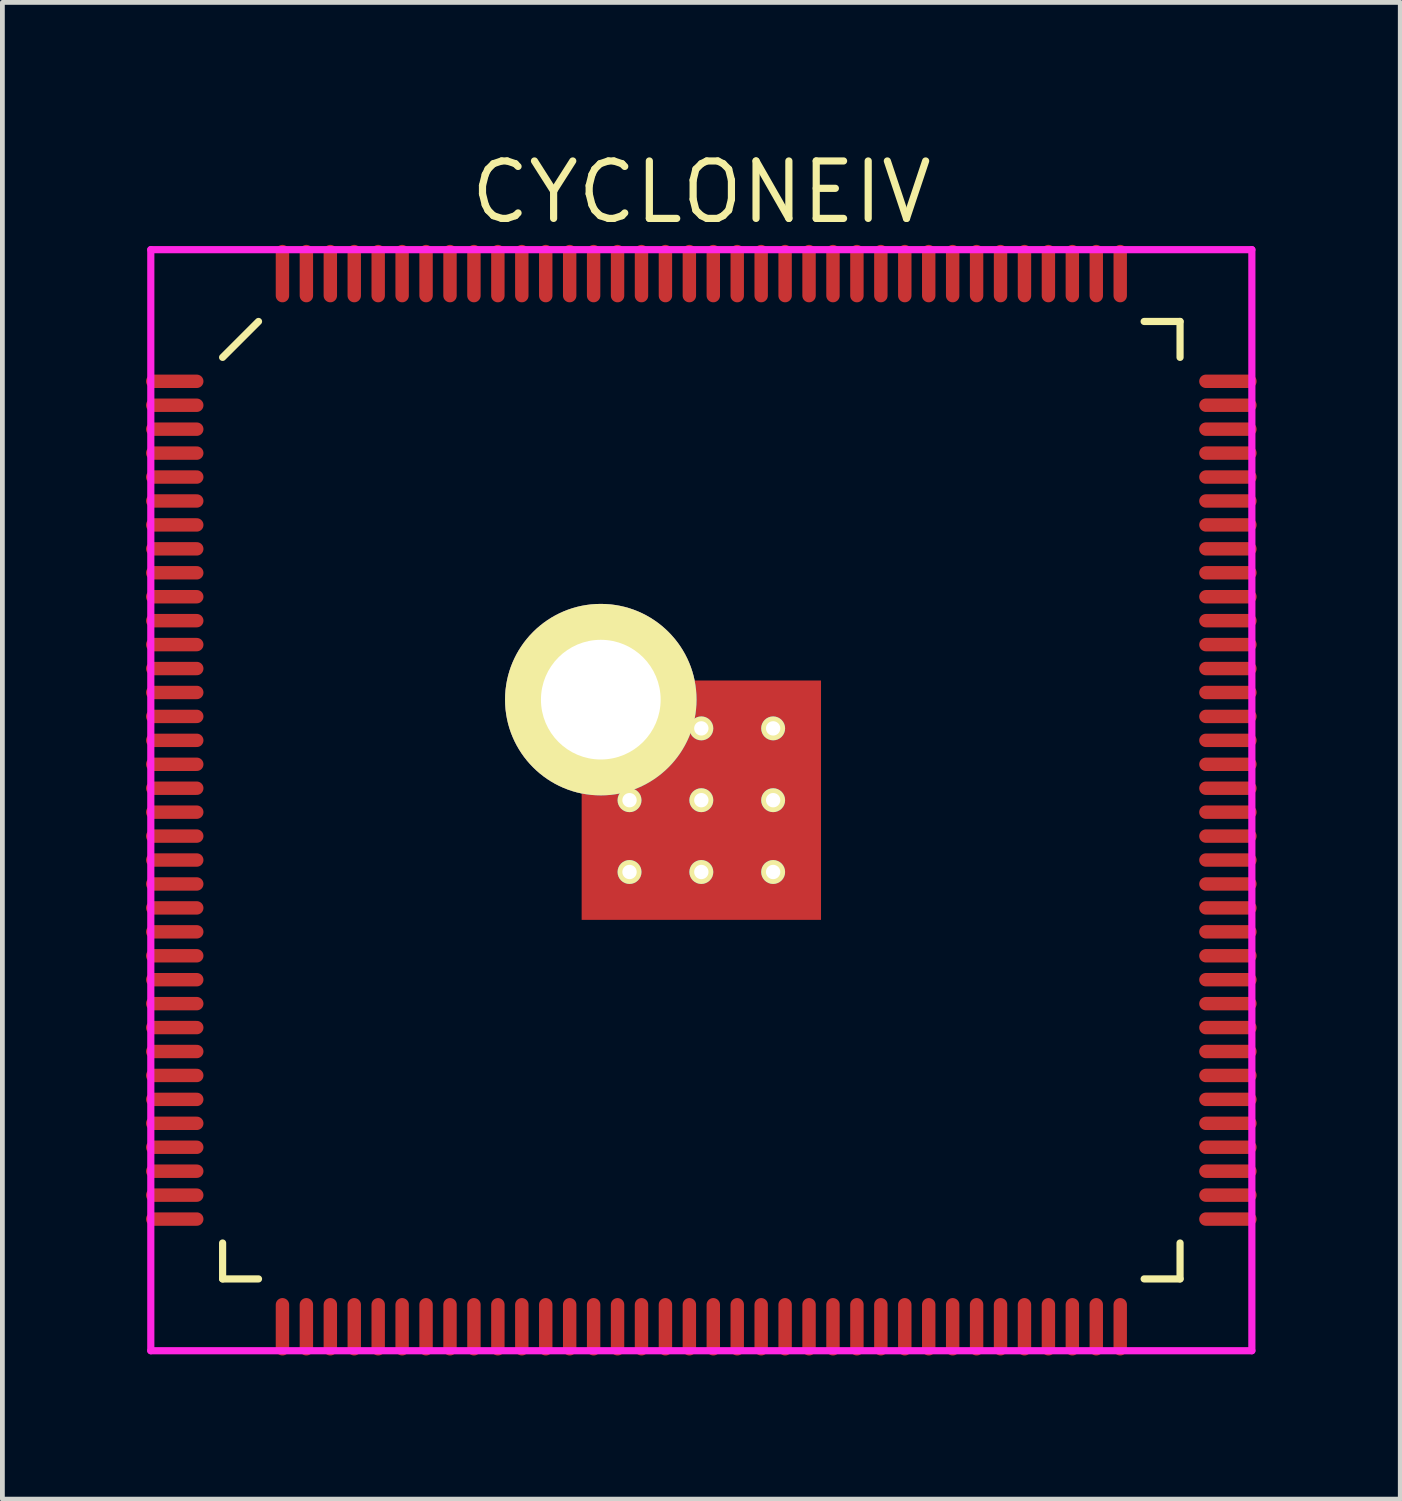
<source format=kicad_pcb>
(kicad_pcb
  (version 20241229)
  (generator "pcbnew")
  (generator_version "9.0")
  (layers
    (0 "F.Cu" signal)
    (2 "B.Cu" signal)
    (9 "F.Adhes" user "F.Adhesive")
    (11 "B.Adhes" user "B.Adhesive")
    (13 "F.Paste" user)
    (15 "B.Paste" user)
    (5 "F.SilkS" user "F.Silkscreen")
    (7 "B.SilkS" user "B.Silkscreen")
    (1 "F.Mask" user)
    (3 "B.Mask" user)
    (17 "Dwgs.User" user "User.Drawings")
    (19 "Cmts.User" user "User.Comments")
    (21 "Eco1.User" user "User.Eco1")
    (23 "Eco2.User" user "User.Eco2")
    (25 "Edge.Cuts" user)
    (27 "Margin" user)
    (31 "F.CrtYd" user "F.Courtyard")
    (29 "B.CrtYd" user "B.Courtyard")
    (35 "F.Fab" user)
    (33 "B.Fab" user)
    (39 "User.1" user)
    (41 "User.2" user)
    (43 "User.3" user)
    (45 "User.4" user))
  (footprint "CYCLONEIV"
    (layer "F.Cu")
    (at 11.6 13.665)
    (property "Reference" "CYCLONEIV" (at 0 -12.7 0) (layer "F.SilkS") (effects (font (size 1.2 1.2) (thickness 0.15))))
    (attr through_hole)
    (fp_line (start -10 -9.25) (end -9.25 -10) (stroke (width 0.15) (type solid)) (layer "F.SilkS"))
    (fp_line (start -10 10) (end -10 9.25) (stroke (width 0.15) (type solid)) (layer "F.SilkS"))
    (fp_line (start -9.25 10) (end -10 10) (stroke (width 0.15) (type solid)) (layer "F.SilkS"))
    (fp_line (start 9.25 -10) (end 10 -10) (stroke (width 0.15) (type solid)) (layer "F.SilkS"))
    (fp_line (start 9.25 10) (end 10 10) (stroke (width 0.15) (type solid)) (layer "F.SilkS"))
    (fp_line (start 10 -10) (end 10 -9.25) (stroke (width 0.15) (type solid)) (layer "F.SilkS"))
    (fp_line (start 10 10) (end 10 9.25) (stroke (width 0.15) (type solid)) (layer "F.SilkS"))
    (fp_line (start -11.5 -11.5) (end 11.5 -11.5) (stroke (width 0.15) (type solid)) (layer "F.CrtYd"))
    (fp_line (start -11.5 11.5) (end -11.5 -11.5) (stroke (width 0.15) (type solid)) (layer "F.CrtYd"))
    (fp_line (start 11.5 -11.5) (end 11.5 11.5) (stroke (width 0.15) (type solid)) (layer "F.CrtYd"))
    (fp_line (start 11.5 11.5) (end -11.5 11.5) (stroke (width 0.15) (type solid)) (layer "F.CrtYd"))
    (pad "1" smd oval (at -11 -8.75 90) (size 0.28 1.2) (layers "F.Cu" "F.Mask" "F.Paste"))
    (pad "2" smd oval (at -11 -8.25 90) (size 0.28 1.2) (layers "F.Cu" "F.Mask" "F.Paste"))
    (pad "3" smd oval (at -11 -7.75 90) (size 0.28 1.2) (layers "F.Cu" "F.Mask" "F.Paste"))
    (pad "4" smd oval (at -11 -7.25 90) (size 0.28 1.2) (layers "F.Cu" "F.Mask" "F.Paste"))
    (pad "5" smd oval (at -11 -6.75 90) (size 0.28 1.2) (layers "F.Cu" "F.Mask" "F.Paste"))
    (pad "6" smd oval (at -11 -6.25 90) (size 0.28 1.2) (layers "F.Cu" "F.Mask" "F.Paste"))
    (pad "7" smd oval (at -11 -5.75 90) (size 0.28 1.2) (layers "F.Cu" "F.Mask" "F.Paste"))
    (pad "8" smd oval (at -11 -5.25 90) (size 0.28 1.2) (layers "F.Cu" "F.Mask" "F.Paste"))
    (pad "9" smd oval (at -11 -4.75 90) (size 0.28 1.2) (layers "F.Cu" "F.Mask" "F.Paste"))
    (pad "10" smd oval (at -11 -4.25 90) (size 0.28 1.2) (layers "F.Cu" "F.Mask" "F.Paste"))
    (pad "11" smd oval (at -11 -3.75 90) (size 0.28 1.2) (layers "F.Cu" "F.Mask" "F.Paste"))
    (pad "12" smd oval (at -11 -3.25 90) (size 0.28 1.2) (layers "F.Cu" "F.Mask" "F.Paste"))
    (pad "13" smd oval (at -11 -2.75 90) (size 0.28 1.2) (layers "F.Cu" "F.Mask" "F.Paste"))
    (pad "14" smd oval (at -11 -2.25 90) (size 0.28 1.2) (layers "F.Cu" "F.Mask" "F.Paste"))
    (pad "15" smd oval (at -11 -1.75 90) (size 0.28 1.2) (layers "F.Cu" "F.Mask" "F.Paste"))
    (pad "16" smd oval (at -11 -1.25 90) (size 0.28 1.2) (layers "F.Cu" "F.Mask" "F.Paste"))
    (pad "17" smd oval (at -11 -0.75 90) (size 0.28 1.2) (layers "F.Cu" "F.Mask" "F.Paste"))
    (pad "18" smd oval (at -11 -0.25 90) (size 0.28 1.2) (layers "F.Cu" "F.Mask" "F.Paste"))
    (pad "19" smd oval (at -11 0.25 90) (size 0.28 1.2) (layers "F.Cu" "F.Mask" "F.Paste"))
    (pad "20" smd oval (at -11 0.75 90) (size 0.28 1.2) (layers "F.Cu" "F.Mask" "F.Paste"))
    (pad "21" smd oval (at -11 1.25 90) (size 0.28 1.2) (layers "F.Cu" "F.Mask" "F.Paste"))
    (pad "22" smd oval (at -11 1.75 90) (size 0.28 1.2) (layers "F.Cu" "F.Mask" "F.Paste"))
    (pad "23" smd oval (at -11 2.25 90) (size 0.28 1.2) (layers "F.Cu" "F.Mask" "F.Paste"))
    (pad "24" smd oval (at -11 2.75 90) (size 0.28 1.2) (layers "F.Cu" "F.Mask" "F.Paste"))
    (pad "25" smd oval (at -11 3.25 90) (size 0.28 1.2) (layers "F.Cu" "F.Mask" "F.Paste"))
    (pad "26" smd oval (at -11 3.75 90) (size 0.28 1.2) (layers "F.Cu" "F.Mask" "F.Paste"))
    (pad "27" smd oval (at -11 4.25 90) (size 0.28 1.2) (layers "F.Cu" "F.Mask" "F.Paste"))
    (pad "28" smd oval (at -11 4.75 90) (size 0.28 1.2) (layers "F.Cu" "F.Mask" "F.Paste"))
    (pad "29" smd oval (at -11 5.25 90) (size 0.28 1.2) (layers "F.Cu" "F.Mask" "F.Paste"))
    (pad "30" smd oval (at -11 5.75 90) (size 0.28 1.2) (layers "F.Cu" "F.Mask" "F.Paste"))
    (pad "31" smd oval (at -11 6.25 90) (size 0.28 1.2) (layers "F.Cu" "F.Mask" "F.Paste"))
    (pad "32" smd oval (at -11 6.75 90) (size 0.28 1.2) (layers "F.Cu" "F.Mask" "F.Paste"))
    (pad "33" smd oval (at -11 7.25 90) (size 0.28 1.2) (layers "F.Cu" "F.Mask" "F.Paste"))
    (pad "34" smd oval (at -11 7.75 90) (size 0.28 1.2) (layers "F.Cu" "F.Mask" "F.Paste"))
    (pad "35" smd oval (at -11 8.25 90) (size 0.28 1.2) (layers "F.Cu" "F.Mask" "F.Paste"))
    (pad "36" smd oval (at -11 8.75 90) (size 0.28 1.2) (layers "F.Cu" "F.Mask" "F.Paste"))
    (pad "37" smd oval (at -8.75 11) (size 0.28 1.2) (layers "F.Cu" "F.Mask" "F.Paste"))
    (pad "38" smd oval (at -8.25 11) (size 0.28 1.2) (layers "F.Cu" "F.Mask" "F.Paste"))
    (pad "39" smd oval (at -7.75 11) (size 0.28 1.2) (layers "F.Cu" "F.Mask" "F.Paste"))
    (pad "40" smd oval (at -7.25 11) (size 0.28 1.2) (layers "F.Cu" "F.Mask" "F.Paste"))
    (pad "41" smd oval (at -6.75 11) (size 0.28 1.2) (layers "F.Cu" "F.Mask" "F.Paste"))
    (pad "42" smd oval (at -6.25 11) (size 0.28 1.2) (layers "F.Cu" "F.Mask" "F.Paste"))
    (pad "43" smd oval (at -5.75 11) (size 0.28 1.2) (layers "F.Cu" "F.Mask" "F.Paste"))
    (pad "44" smd oval (at -5.25 11) (size 0.28 1.2) (layers "F.Cu" "F.Mask" "F.Paste"))
    (pad "45" smd oval (at -4.75 11) (size 0.28 1.2) (layers "F.Cu" "F.Mask" "F.Paste"))
    (pad "46" smd oval (at -4.25 11) (size 0.28 1.2) (layers "F.Cu" "F.Mask" "F.Paste"))
    (pad "47" smd oval (at -3.75 11) (size 0.28 1.2) (layers "F.Cu" "F.Mask" "F.Paste"))
    (pad "48" smd oval (at -3.25 11) (size 0.28 1.2) (layers "F.Cu" "F.Mask" "F.Paste"))
    (pad "49" smd oval (at -2.75 11) (size 0.28 1.2) (layers "F.Cu" "F.Mask" "F.Paste"))
    (pad "50" smd oval (at -2.25 11) (size 0.28 1.2) (layers "F.Cu" "F.Mask" "F.Paste"))
    (pad "51" smd oval (at -1.75 11) (size 0.28 1.2) (layers "F.Cu" "F.Mask" "F.Paste"))
    (pad "52" smd oval (at -1.25 11) (size 0.28 1.2) (layers "F.Cu" "F.Mask" "F.Paste"))
    (pad "53" smd oval (at -0.75 11) (size 0.28 1.2) (layers "F.Cu" "F.Mask" "F.Paste"))
    (pad "54" smd oval (at -0.25 11) (size 0.28 1.2) (layers "F.Cu" "F.Mask" "F.Paste"))
    (pad "55" smd oval (at 0.25 11) (size 0.28 1.2) (layers "F.Cu" "F.Mask" "F.Paste"))
    (pad "56" smd oval (at 0.75 11) (size 0.28 1.2) (layers "F.Cu" "F.Mask" "F.Paste"))
    (pad "57" smd oval (at 1.25 11) (size 0.28 1.2) (layers "F.Cu" "F.Mask" "F.Paste"))
    (pad "58" smd oval (at 1.75 11) (size 0.28 1.2) (layers "F.Cu" "F.Mask" "F.Paste"))
    (pad "59" smd oval (at 2.25 11) (size 0.28 1.2) (layers "F.Cu" "F.Mask" "F.Paste"))
    (pad "60" smd oval (at 2.75 11) (size 0.28 1.2) (layers "F.Cu" "F.Mask" "F.Paste"))
    (pad "61" smd oval (at 3.25 11) (size 0.28 1.2) (layers "F.Cu" "F.Mask" "F.Paste"))
    (pad "62" smd oval (at 3.75 11) (size 0.28 1.2) (layers "F.Cu" "F.Mask" "F.Paste"))
    (pad "63" smd oval (at 4.25 11) (size 0.28 1.2) (layers "F.Cu" "F.Mask" "F.Paste"))
    (pad "64" smd oval (at 4.75 11) (size 0.28 1.2) (layers "F.Cu" "F.Mask" "F.Paste"))
    (pad "65" smd oval (at 5.25 11) (size 0.28 1.2) (layers "F.Cu" "F.Mask" "F.Paste"))
    (pad "66" smd oval (at 5.75 11) (size 0.28 1.2) (layers "F.Cu" "F.Mask" "F.Paste"))
    (pad "67" smd oval (at 6.25 11) (size 0.28 1.2) (layers "F.Cu" "F.Mask" "F.Paste"))
    (pad "68" smd oval (at 6.75 11) (size 0.28 1.2) (layers "F.Cu" "F.Mask" "F.Paste"))
    (pad "69" smd oval (at 7.25 11) (size 0.28 1.2) (layers "F.Cu" "F.Mask" "F.Paste"))
    (pad "70" smd oval (at 7.75 11) (size 0.28 1.2) (layers "F.Cu" "F.Mask" "F.Paste"))
    (pad "71" smd oval (at 8.25 11) (size 0.28 1.2) (layers "F.Cu" "F.Mask" "F.Paste"))
    (pad "72" smd oval (at 8.75 11) (size 0.28 1.2) (layers "F.Cu" "F.Mask" "F.Paste"))
    (pad "73" smd oval (at 11 8.75 90) (size 0.28 1.2) (layers "F.Cu" "F.Mask" "F.Paste"))
    (pad "74" smd oval (at 11 8.25 90) (size 0.28 1.2) (layers "F.Cu" "F.Mask" "F.Paste"))
    (pad "75" smd oval (at 11 7.75 90) (size 0.28 1.2) (layers "F.Cu" "F.Mask" "F.Paste"))
    (pad "76" smd oval (at 11 7.25 90) (size 0.28 1.2) (layers "F.Cu" "F.Mask" "F.Paste"))
    (pad "77" smd oval (at 11 6.75 90) (size 0.28 1.2) (layers "F.Cu" "F.Mask" "F.Paste"))
    (pad "78" smd oval (at 11 6.25 90) (size 0.28 1.2) (layers "F.Cu" "F.Mask" "F.Paste"))
    (pad "79" smd oval (at 11 5.75 90) (size 0.28 1.2) (layers "F.Cu" "F.Mask" "F.Paste"))
    (pad "80" smd oval (at 11 5.25 90) (size 0.28 1.2) (layers "F.Cu" "F.Mask" "F.Paste"))
    (pad "81" smd oval (at 11 4.75 90) (size 0.28 1.2) (layers "F.Cu" "F.Mask" "F.Paste"))
    (pad "82" smd oval (at 11 4.25 90) (size 0.28 1.2) (layers "F.Cu" "F.Mask" "F.Paste"))
    (pad "83" smd oval (at 11 3.75 90) (size 0.28 1.2) (layers "F.Cu" "F.Mask" "F.Paste"))
    (pad "84" smd oval (at 11 3.25 90) (size 0.28 1.2) (layers "F.Cu" "F.Mask" "F.Paste"))
    (pad "85" smd oval (at 11 2.75 90) (size 0.28 1.2) (layers "F.Cu" "F.Mask" "F.Paste"))
    (pad "86" smd oval (at 11 2.25 90) (size 0.28 1.2) (layers "F.Cu" "F.Mask" "F.Paste"))
    (pad "87" smd oval (at 11 1.75 90) (size 0.28 1.2) (layers "F.Cu" "F.Mask" "F.Paste"))
    (pad "88" smd oval (at 11 1.25 90) (size 0.28 1.2) (layers "F.Cu" "F.Mask" "F.Paste"))
    (pad "89" smd oval (at 11 0.75 90) (size 0.28 1.2) (layers "F.Cu" "F.Mask" "F.Paste"))
    (pad "90" smd oval (at 11 0.25 90) (size 0.28 1.2) (layers "F.Cu" "F.Mask" "F.Paste"))
    (pad "91" smd oval (at 11 -0.25 90) (size 0.28 1.2) (layers "F.Cu" "F.Mask" "F.Paste"))
    (pad "92" smd oval (at 11 -0.75 90) (size 0.28 1.2) (layers "F.Cu" "F.Mask" "F.Paste"))
    (pad "93" smd oval (at 11 -1.25 90) (size 0.28 1.2) (layers "F.Cu" "F.Mask" "F.Paste"))
    (pad "94" smd oval (at 11 -1.75 90) (size 0.28 1.2) (layers "F.Cu" "F.Mask" "F.Paste"))
    (pad "95" smd oval (at 11 -2.25 90) (size 0.28 1.2) (layers "F.Cu" "F.Mask" "F.Paste"))
    (pad "96" smd oval (at 11 -2.75 90) (size 0.28 1.2) (layers "F.Cu" "F.Mask" "F.Paste"))
    (pad "97" smd oval (at 11 -3.25 90) (size 0.28 1.2) (layers "F.Cu" "F.Mask" "F.Paste"))
    (pad "98" smd oval (at 11 -3.75 90) (size 0.28 1.2) (layers "F.Cu" "F.Mask" "F.Paste"))
    (pad "99" smd oval (at 11 -4.25 90) (size 0.28 1.2) (layers "F.Cu" "F.Mask" "F.Paste"))
    (pad "100" smd oval (at 11 -4.75 90) (size 0.28 1.2) (layers "F.Cu" "F.Mask" "F.Paste"))
    (pad "101" smd oval (at 11 -5.25 90) (size 0.28 1.2) (layers "F.Cu" "F.Mask" "F.Paste"))
    (pad "102" smd oval (at 11 -5.75 90) (size 0.28 1.2) (layers "F.Cu" "F.Mask" "F.Paste"))
    (pad "103" smd oval (at 11 -6.25 90) (size 0.28 1.2) (layers "F.Cu" "F.Mask" "F.Paste"))
    (pad "104" smd oval (at 11 -6.75 90) (size 0.28 1.2) (layers "F.Cu" "F.Mask" "F.Paste"))
    (pad "105" smd oval (at 11 -7.25 90) (size 0.28 1.2) (layers "F.Cu" "F.Mask" "F.Paste"))
    (pad "106" smd oval (at 11 -7.75 90) (size 0.28 1.2) (layers "F.Cu" "F.Mask" "F.Paste"))
    (pad "107" smd oval (at 11 -8.25 90) (size 0.28 1.2) (layers "F.Cu" "F.Mask" "F.Paste"))
    (pad "108" smd oval (at 11 -8.75 90) (size 0.28 1.2) (layers "F.Cu" "F.Mask" "F.Paste"))
    (pad "109" smd oval (at 8.75 -11) (size 0.28 1.2) (layers "F.Cu" "F.Mask" "F.Paste"))
    (pad "110" smd oval (at 8.25 -11) (size 0.28 1.2) (layers "F.Cu" "F.Mask" "F.Paste"))
    (pad "111" smd oval (at 7.75 -11) (size 0.28 1.2) (layers "F.Cu" "F.Mask" "F.Paste"))
    (pad "112" smd oval (at 7.25 -11) (size 0.28 1.2) (layers "F.Cu" "F.Mask" "F.Paste"))
    (pad "113" smd oval (at 6.75 -11) (size 0.28 1.2) (layers "F.Cu" "F.Mask" "F.Paste"))
    (pad "114" smd oval (at 6.25 -11) (size 0.28 1.2) (layers "F.Cu" "F.Mask" "F.Paste"))
    (pad "115" smd oval (at 5.75 -11) (size 0.28 1.2) (layers "F.Cu" "F.Mask" "F.Paste"))
    (pad "116" smd oval (at 5.25 -11) (size 0.28 1.2) (layers "F.Cu" "F.Mask" "F.Paste"))
    (pad "117" smd oval (at 4.75 -11) (size 0.28 1.2) (layers "F.Cu" "F.Mask" "F.Paste"))
    (pad "118" smd oval (at 4.25 -11) (size 0.28 1.2) (layers "F.Cu" "F.Mask" "F.Paste"))
    (pad "119" smd oval (at 3.75 -11) (size 0.28 1.2) (layers "F.Cu" "F.Mask" "F.Paste"))
    (pad "120" smd oval (at 3.25 -11) (size 0.28 1.2) (layers "F.Cu" "F.Mask" "F.Paste"))
    (pad "121" smd oval (at 2.75 -11) (size 0.28 1.2) (layers "F.Cu" "F.Mask" "F.Paste"))
    (pad "122" smd oval (at 2.25 -11) (size 0.28 1.2) (layers "F.Cu" "F.Mask" "F.Paste"))
    (pad "123" smd oval (at 1.75 -11) (size 0.28 1.2) (layers "F.Cu" "F.Mask" "F.Paste"))
    (pad "124" smd oval (at 1.25 -11) (size 0.28 1.2) (layers "F.Cu" "F.Mask" "F.Paste"))
    (pad "125" smd oval (at 0.75 -11) (size 0.28 1.2) (layers "F.Cu" "F.Mask" "F.Paste"))
    (pad "126" smd oval (at 0.25 -11) (size 0.28 1.2) (layers "F.Cu" "F.Mask" "F.Paste"))
    (pad "127" smd oval (at -0.25 -11) (size 0.28 1.2) (layers "F.Cu" "F.Mask" "F.Paste"))
    (pad "128" smd oval (at -0.75 -11) (size 0.28 1.2) (layers "F.Cu" "F.Mask" "F.Paste"))
    (pad "129" smd oval (at -1.25 -11) (size 0.28 1.2) (layers "F.Cu" "F.Mask" "F.Paste"))
    (pad "130" smd oval (at -1.75 -11) (size 0.28 1.2) (layers "F.Cu" "F.Mask" "F.Paste"))
    (pad "131" smd oval (at -2.25 -11) (size 0.28 1.2) (layers "F.Cu" "F.Mask" "F.Paste"))
    (pad "132" smd oval (at -2.75 -11) (size 0.28 1.2) (layers "F.Cu" "F.Mask" "F.Paste"))
    (pad "133" smd oval (at -3.25 -11) (size 0.28 1.2) (layers "F.Cu" "F.Mask" "F.Paste"))
    (pad "134" smd oval (at -3.75 -11) (size 0.28 1.2) (layers "F.Cu" "F.Mask" "F.Paste"))
    (pad "135" smd oval (at -4.25 -11) (size 0.28 1.2) (layers "F.Cu" "F.Mask" "F.Paste"))
    (pad "136" smd oval (at -4.75 -11) (size 0.28 1.2) (layers "F.Cu" "F.Mask" "F.Paste"))
    (pad "137" smd oval (at -5.25 -11) (size 0.28 1.2) (layers "F.Cu" "F.Mask" "F.Paste"))
    (pad "138" smd oval (at -5.75 -11) (size 0.28 1.2) (layers "F.Cu" "F.Mask" "F.Paste"))
    (pad "139" smd oval (at -6.25 -11) (size 0.28 1.2) (layers "F.Cu" "F.Mask" "F.Paste"))
    (pad "140" smd oval (at -6.75 -11) (size 0.28 1.2) (layers "F.Cu" "F.Mask" "F.Paste"))
    (pad "141" smd oval (at -7.25 -11) (size 0.28 1.2) (layers "F.Cu" "F.Mask" "F.Paste"))
    (pad "142" smd oval (at -7.75 -11) (size 0.28 1.2) (layers "F.Cu" "F.Mask" "F.Paste"))
    (pad "143" smd oval (at -8.25 -11) (size 0.28 1.2) (layers "F.Cu" "F.Mask" "F.Paste"))
    (pad "144" smd oval (at -8.75 -11) (size 0.28 1.2) (layers "F.Cu" "F.Mask" "F.Paste"))
    (pad "145" thru_hole circle (at -2.1 -2.1) (size 4 4) (drill 2.5) (layers "*.Cu" "*.Mask" "F.SilkS"))
    (pad "145" thru_hole circle (at -1.5 0) (size 0.5 0.5) (drill 0.3) (layers "*.Cu" "*.Mask" "F.SilkS"))
    (pad "145" thru_hole circle (at -1.5 1.5) (size 0.5 0.5) (drill 0.3) (layers "*.Cu" "*.Mask" "F.SilkS"))
    (pad "145" thru_hole circle (at 0 -1.5) (size 0.5 0.5) (drill 0.3) (layers "*.Cu" "*.Mask" "F.SilkS"))
    (pad "145" thru_hole circle (at 0 0) (size 0.5 0.5) (drill 0.3) (layers "*.Cu" "*.Mask" "F.SilkS"))
    (pad "145" smd rect (at 0 0) (size 5 5) (layers "F.Cu" "F.Mask"))
    (pad "145" thru_hole circle (at 0 1.5) (size 0.5 0.5) (drill 0.3) (layers "*.Cu" "*.Mask" "F.SilkS"))
    (pad "145" thru_hole circle (at 1.5 -1.5) (size 0.5 0.5) (drill 0.3) (layers "*.Cu" "*.Mask" "F.SilkS"))
    (pad "145" thru_hole circle (at 1.5 0) (size 0.5 0.5) (drill 0.3) (layers "*.Cu" "*.Mask" "F.SilkS"))
    (pad "145" thru_hole circle (at 1.5 1.5) (size 0.5 0.5) (drill 0.3) (layers "*.Cu" "*.Mask" "F.SilkS")))
  (gr_rect
    (start -3 -3)
    (end 26.2 28.265)
    (stroke (width 0.1) (type default))
    (fill no)
    (layer "Edge.Cuts")))
</source>
